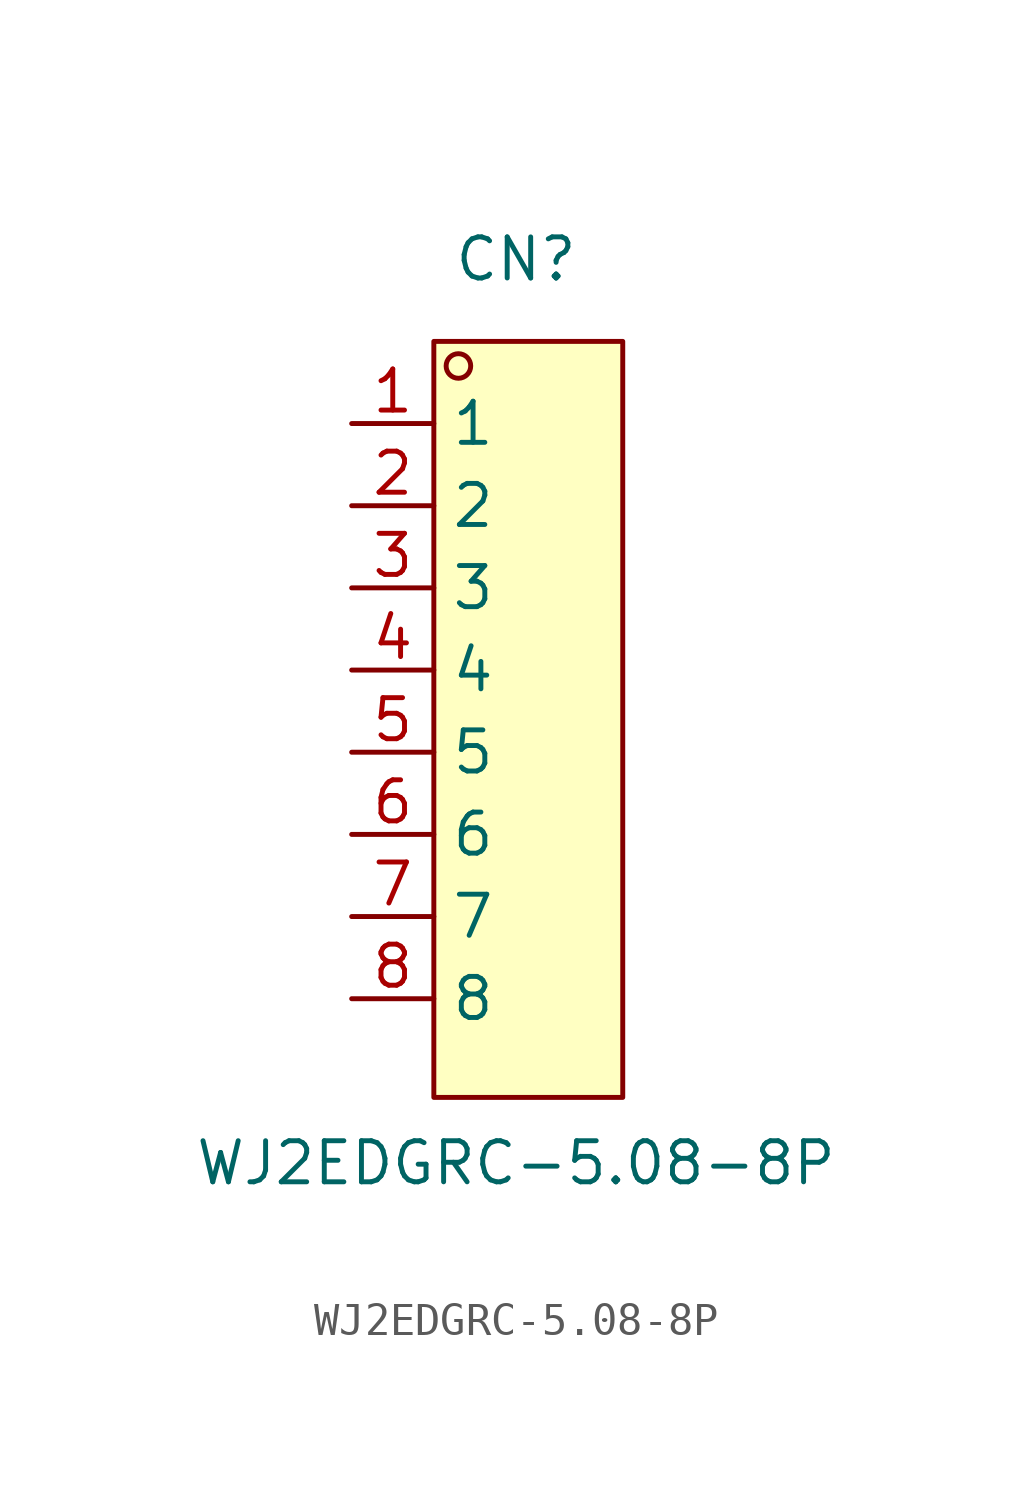
<source format=kicad_sym>
(kicad_symbol_lib
  (version 20211014)
  (generator https://github.com/uPesy/easyeda2kicad.py)
  (symbol "WJ2EDGRC-5.08-8P"
    (property "Reference" "CN"
      (at 0 15.24 0)
      (effects (font (size 1.27 1.27))))
    (property "Value" "WJ2EDGRC-5.08-8P"
      (at 0 -12.70 0)
      (effects (font (size 1.27 1.27))))
    (symbol "WJ2EDGRC-5.08-8P_0_1"
      (rectangle (start -2.54 12.70) (end 3.30 -10.67) (stroke (width 0) (type default) (color 0 0 0 0)) (fill (type background)))
      (circle (center -1.78 11.94) (radius 0.38) (stroke (width 0) (type default) (color 0 0 0 0)) (fill (type none)))
      (pin unspecified line (at -5.08 10.16 0) (length 2.54) (name "1" (effects (font (size 1.27 1.27)))) (number "1" (effects (font (size 1.27 1.27)))))
      (pin unspecified line (at -5.08 7.62 0) (length 2.54) (name "2" (effects (font (size 1.27 1.27)))) (number "2" (effects (font (size 1.27 1.27)))))
      (pin unspecified line (at -5.08 5.08 0) (length 2.54) (name "3" (effects (font (size 1.27 1.27)))) (number "3" (effects (font (size 1.27 1.27)))))
      (pin unspecified line (at -5.08 2.54 0) (length 2.54) (name "4" (effects (font (size 1.27 1.27)))) (number "4" (effects (font (size 1.27 1.27)))))
      (pin unspecified line (at -5.08 -0.00 0) (length 2.54) (name "5" (effects (font (size 1.27 1.27)))) (number "5" (effects (font (size 1.27 1.27)))))
      (pin unspecified line (at -5.08 -2.54 0) (length 2.54) (name "6" (effects (font (size 1.27 1.27)))) (number "6" (effects (font (size 1.27 1.27)))))
      (pin unspecified line (at -5.08 -5.08 0) (length 2.54) (name "7" (effects (font (size 1.27 1.27)))) (number "7" (effects (font (size 1.27 1.27)))))
      (pin unspecified line (at -5.08 -7.62 0) (length 2.54) (name "8" (effects (font (size 1.27 1.27)))) (number "8" (effects (font (size 1.27 1.27))))))))
</source>
